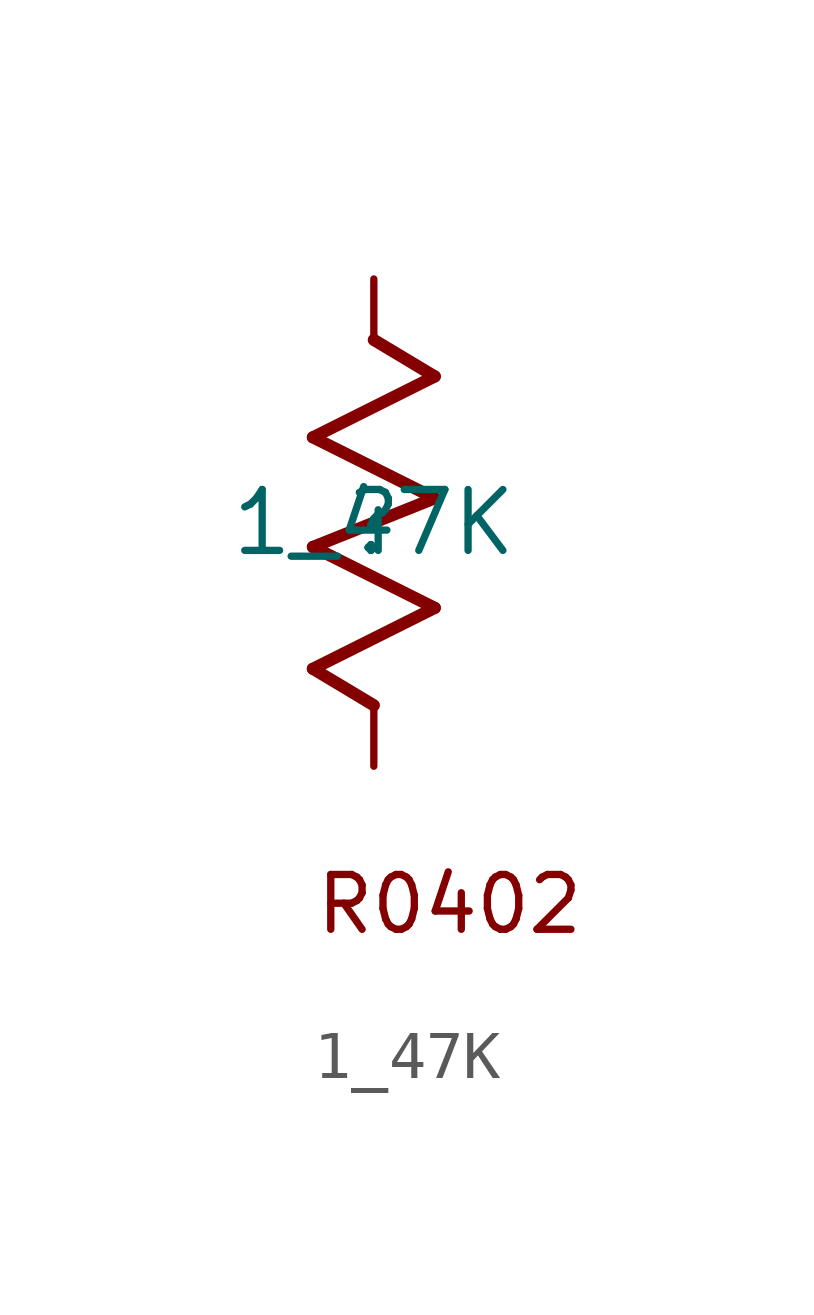
<source format=kicad_sym>
(kicad_symbol_lib
  (version 20211014)
  (generator kicad_symbol_editor)
  (symbol "1_47K"
    (property "Reference" ""
      (at 0 0 0)
      (effects (font (size 1.27 1.27))))
    (property "Value" "1_47K"
      (at 0 0 0)
      (effects (font (size 1.27 1.27))))
    (symbol "1_47K_1_0"
      (polyline (pts (xy -1.27 -3.048) (xy 0 -3.81)) (stroke (width 0.254) (type default) (color 0 0 0 0)) (fill (type none)))
      (polyline (pts (xy -1.27 -0.508) (xy 1.27 -1.778)) (stroke (width 0.254) (type default) (color 0 0 0 0)) (fill (type none)))
      (polyline (pts (xy -1.27 1.778) (xy 1.27 0.508)) (stroke (width 0.254) (type default) (color 0 0 0 0)) (fill (type none)))
      (polyline (pts (xy 0 3.81) (xy 1.27 3.048)) (stroke (width 0.254) (type default) (color 0 0 0 0)) (fill (type none)))
      (polyline (pts (xy 1.27 -1.778) (xy -1.27 -3.048)) (stroke (width 0.254) (type default) (color 0 0 0 0)) (fill (type none)))
      (polyline (pts (xy 1.27 0.508) (xy -1.27 -0.508)) (stroke (width 0.254) (type default) (color 0 0 0 0)) (fill (type none)))
      (polyline (pts (xy 1.27 3.048) (xy -1.27 1.778)) (stroke (width 0.254) (type default) (color 0 0 0 0)) (fill (type none)))
      (text "R0402" (at -1.27 -8.628 0) (effects (font (size 1.143 1.143)) (justify left bottom)))
      (pin passive line (at 0 -5.08 90) (length 1.27) (name "1" (effects (font (size 0 0)))) (number "1" (effects (font (size 0 0)))))
      (pin passive line (at 0 5.08 270) (length 1.27) (name "2" (effects (font (size 0 0)))) (number "2" (effects (font (size 0 0))))))))
</source>
